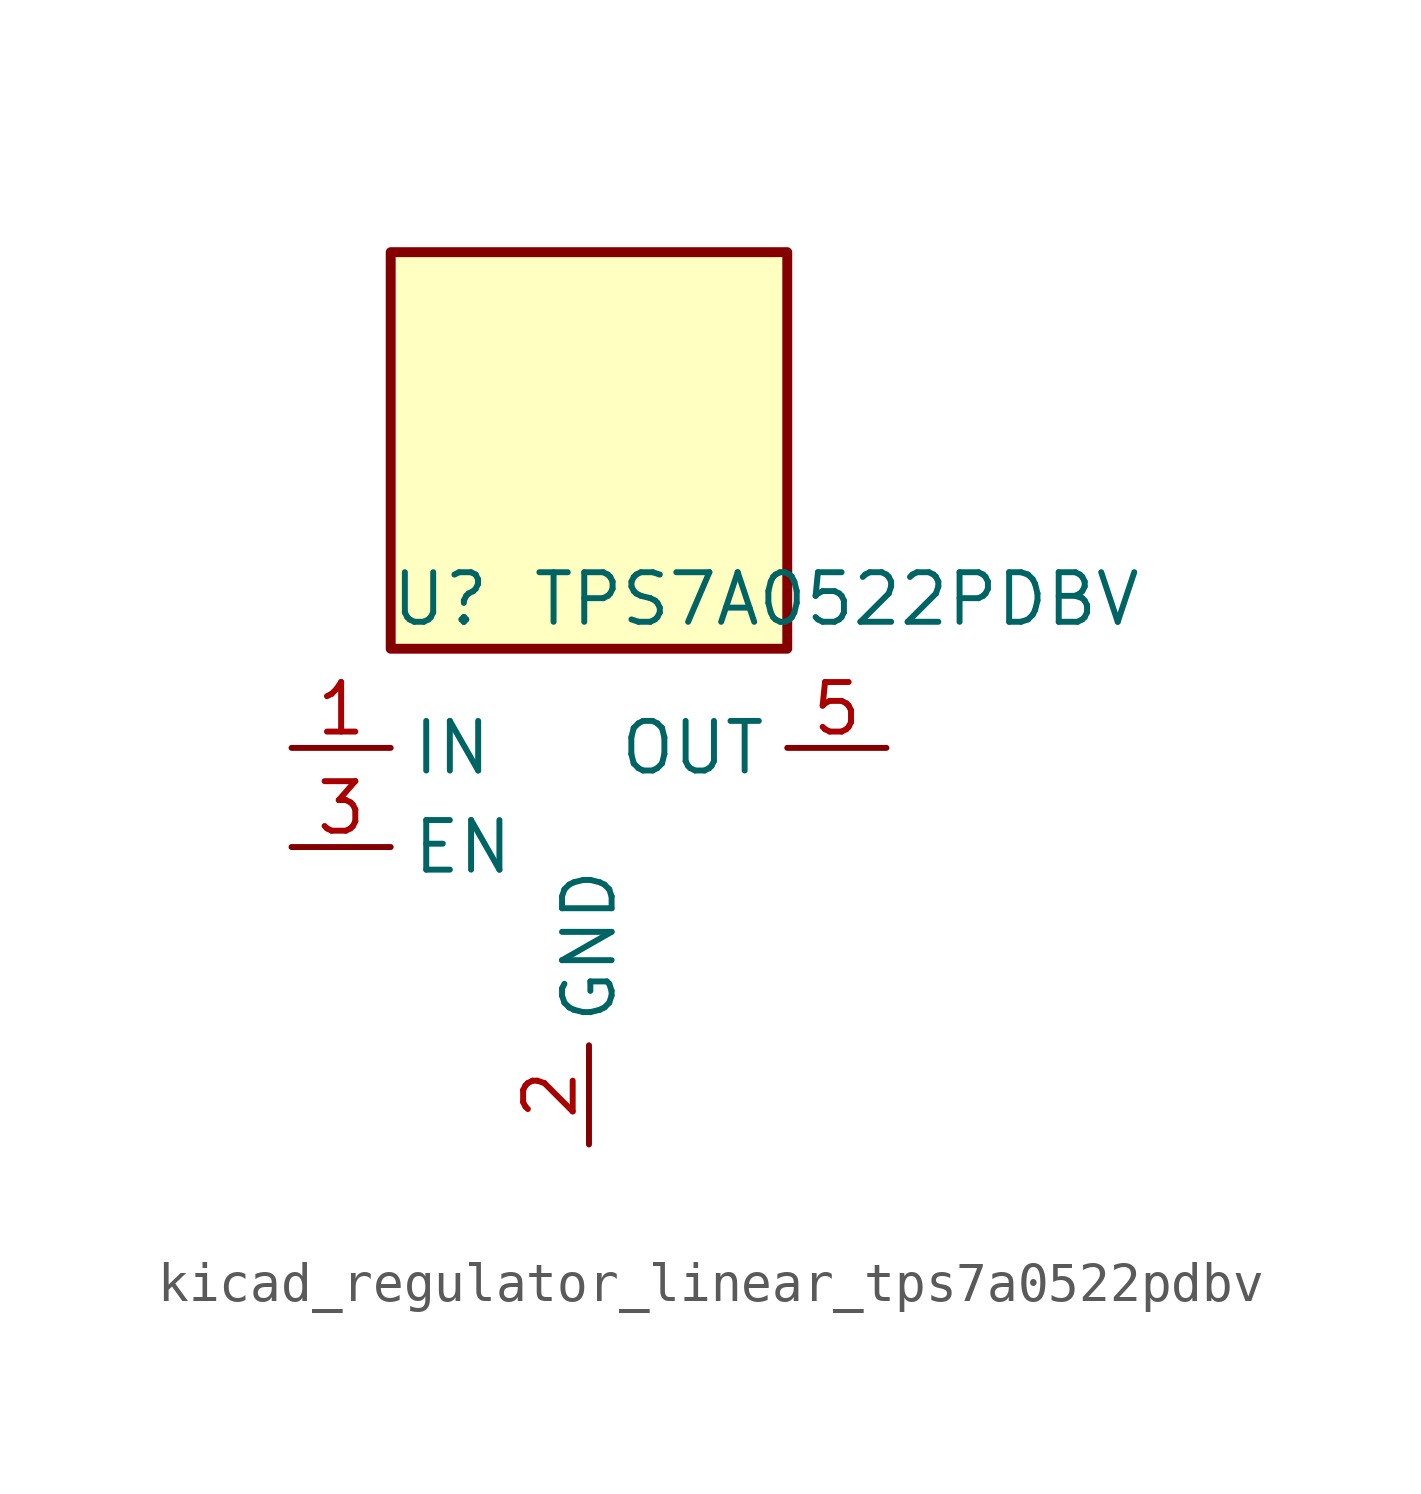
<source format=kicad_sym>
(kicad_symbol_lib
  (version 20220914)
  (generator kicad_symbol_editor)
  (symbol "kicad_regulator_linear_tps7a0522pdbv"
    (property "Reference" "U"
      (at -3.81 6.35 0)
      (effects (font (size 1.27 1.27))))
    (property "Value" "TPS7A0522PDBV"
      (at 6.35 6.35 0)
      (effects (font (size 1.27 1.27))))
    (symbol "kicad_regulator_linear_tps7a0522pdbv_0_1"
      (rectangle (start 5.08 15.24) (end -5.08 5.08) (stroke (width 0.254) (type default)) (fill (type background)))
      (pin power_in line (at -7.62 2.54 0) (length 2.54) (name "IN" (effects (font (size 1.27 1.27)))) (number "1" (effects (font (size 1.27 1.27)))))
      (pin power_in line (at 0 -7.62 90) (length 2.54) (name "GND" (effects (font (size 1.27 1.27)))) (number "2" (effects (font (size 1.27 1.27)))))
      (pin input line (at -7.62 0 0) (length 2.54) (name "EN" (effects (font (size 1.27 1.27)))) (number "3" (effects (font (size 1.27 1.27)))))
      (pin no_connect line (at 5.08 0 180) (length 2.54) hide (name "NC" (effects (font (size 1.27 1.27)))) (number "4" (effects (font (size 1.27 1.27)))))
      (pin power_out line (at 7.62 2.54 180) (length 2.54) (name "OUT" (effects (font (size 1.27 1.27)))) (number "5" (effects (font (size 1.27 1.27))))))))
</source>
